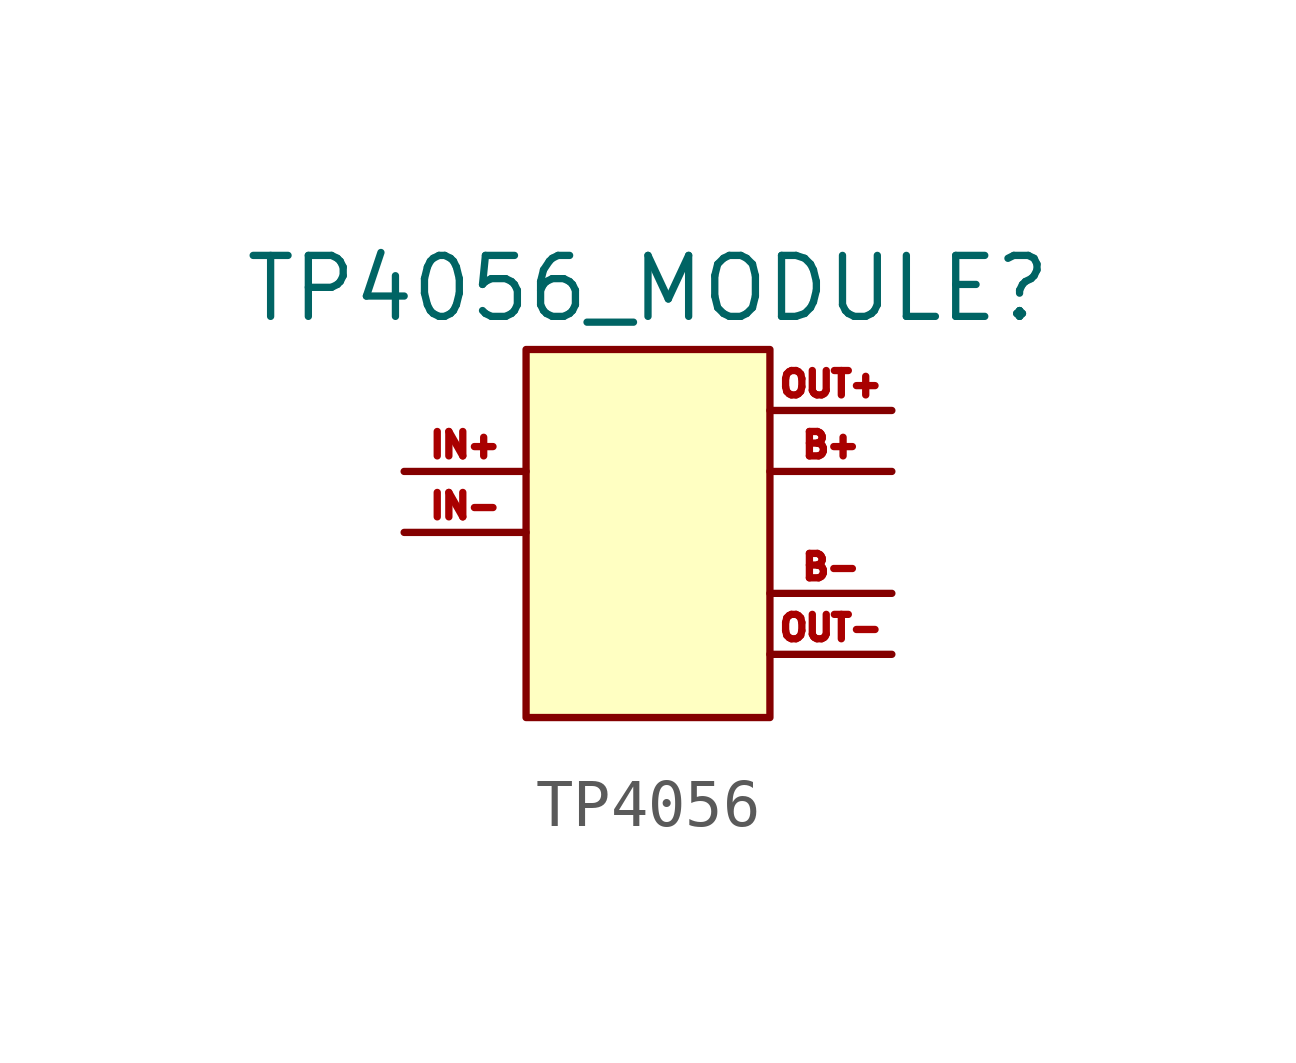
<source format=kicad_sym>
(kicad_symbol_lib
  (version 20231120)
  (generator "kicad_symbol_editor")
  (generator_version "8.0")
  (symbol "TP4056"
    (property "Reference" "TP4056_MODULE"
      (at 0 5.08 0)
      (effects (font (size 1.27 1.27))))
    (property "Value" ""
      (at 0 2.54 0)
      (effects (font (size 1.27 1.27))))
    (symbol "TP4056_0_1"
      (rectangle (start -2.54 3.81) (end 2.54 -3.857) (stroke (width 0) (type default)) (fill (type background))))
    (symbol "TP4056_1_1"
      (pin bidirectional line (at 5.08 1.27 180) (length 2.54) (name "" (effects (font (size 0.508 0.508)))) (number "B+" (effects (font (size 0.508 0.508)))))
      (pin bidirectional line (at 5.08 -1.27 180) (length 2.54) (name "" (effects (font (size 0.508 0.508)))) (number "B-" (effects (font (size 0.508 0.508)))))
      (pin bidirectional line (at -5.08 1.27 0) (length 2.54) (name "" (effects (font (size 0.508 0.508)))) (number "IN+" (effects (font (size 0.508 0.508)))))
      (pin bidirectional line (at -5.08 0 0) (length 2.54) (name "" (effects (font (size 0.508 0.508)))) (number "IN-" (effects (font (size 0.508 0.508)))))
      (pin bidirectional line (at 5.08 2.54 180) (length 2.54) (name "" (effects (font (size 0.508 0.508)))) (number "OUT+" (effects (font (size 0.508 0.508)))))
      (pin bidirectional line (at 5.08 -2.54 180) (length 2.54) (name "" (effects (font (size 0.508 0.508)))) (number "OUT-" (effects (font (size 0.508 0.508))))))))
</source>
